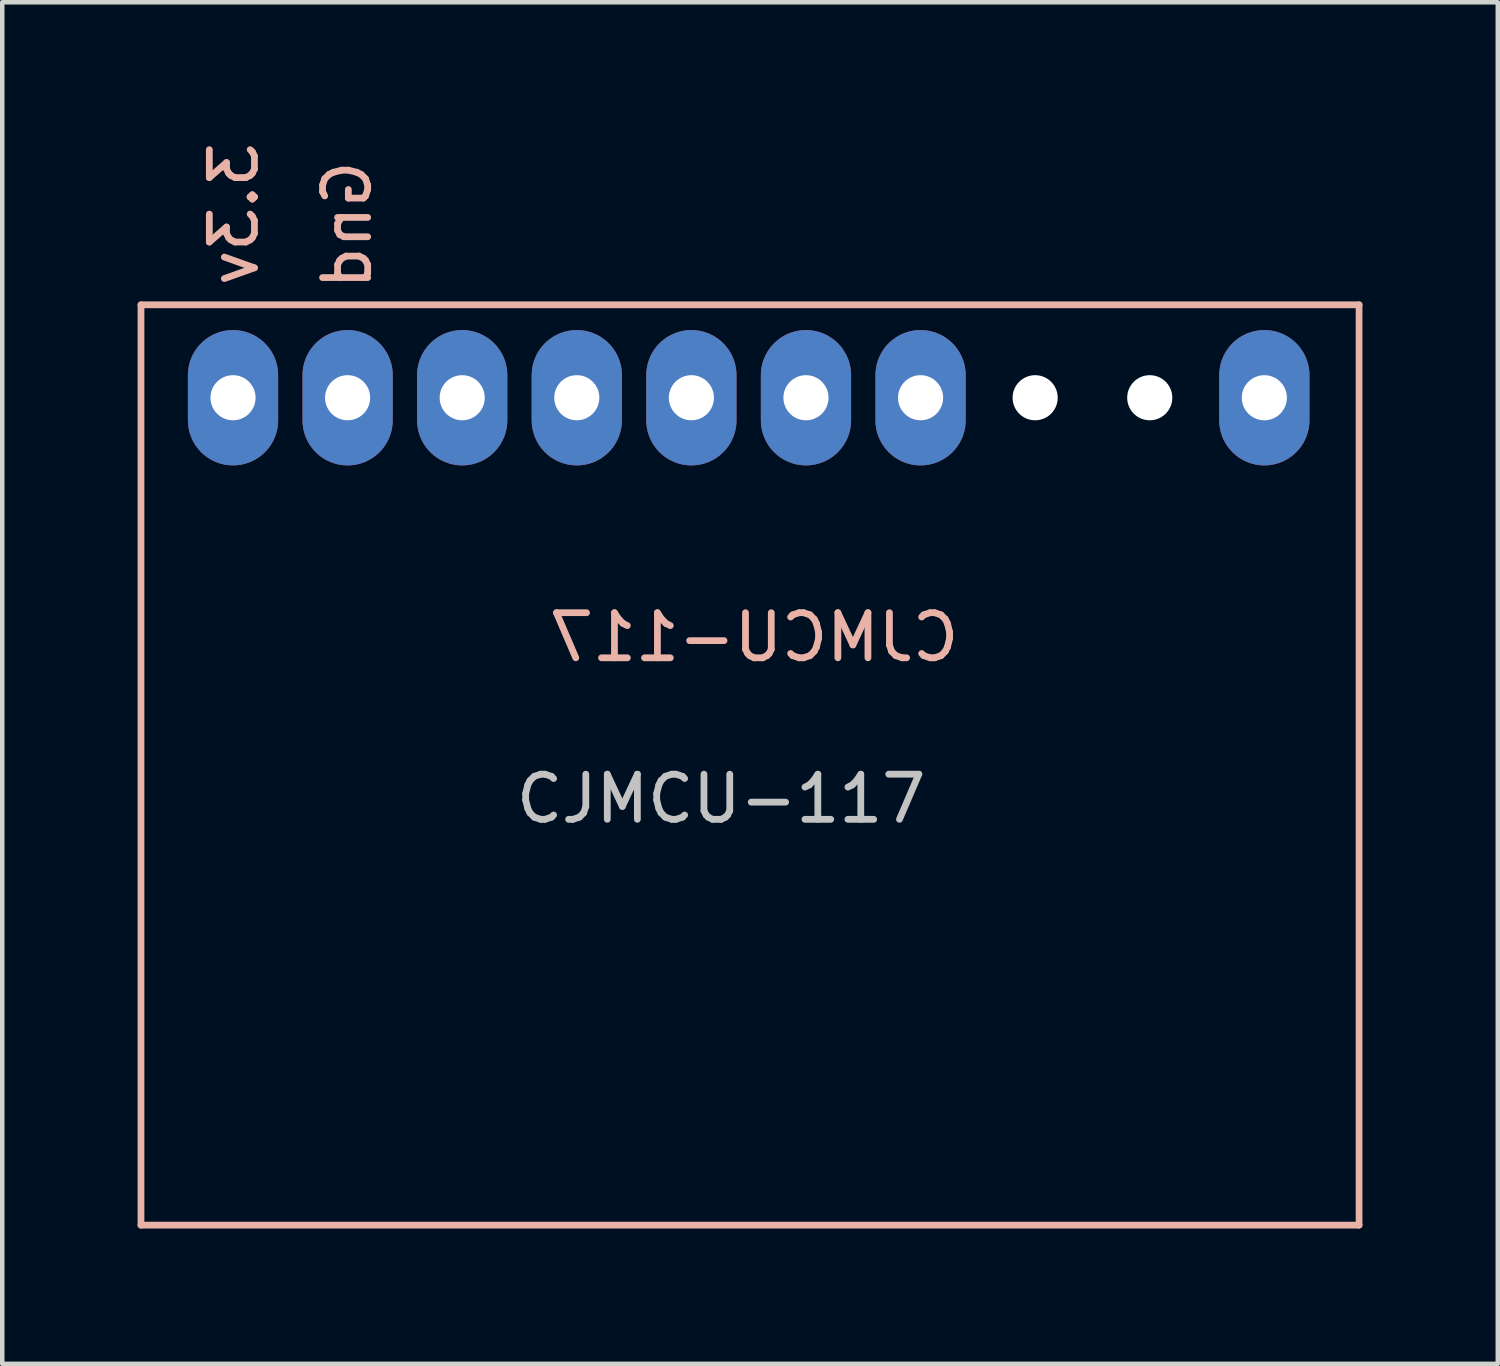
<source format=kicad_pcb>
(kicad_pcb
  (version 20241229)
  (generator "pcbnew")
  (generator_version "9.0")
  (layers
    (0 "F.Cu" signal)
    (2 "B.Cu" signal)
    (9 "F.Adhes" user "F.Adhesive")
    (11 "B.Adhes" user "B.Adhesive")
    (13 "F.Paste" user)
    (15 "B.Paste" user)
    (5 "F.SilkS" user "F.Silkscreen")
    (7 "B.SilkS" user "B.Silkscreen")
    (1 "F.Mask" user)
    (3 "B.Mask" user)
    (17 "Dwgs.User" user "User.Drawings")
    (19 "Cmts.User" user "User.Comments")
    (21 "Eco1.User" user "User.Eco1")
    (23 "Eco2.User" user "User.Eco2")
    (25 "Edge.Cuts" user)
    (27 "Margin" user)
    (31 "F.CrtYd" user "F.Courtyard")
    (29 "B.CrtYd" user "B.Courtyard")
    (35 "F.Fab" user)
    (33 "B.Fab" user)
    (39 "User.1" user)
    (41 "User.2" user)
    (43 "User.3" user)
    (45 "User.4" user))
  (footprint "CJMCU-117"
    (layer "F.Cu")
    (at 12.275 8.306)
    (property "Reference" "CJMCU-117" (at 0.66 6.35 0) (layer "Dwgs.User") (effects (font (size 1 1) (thickness 0.15))))
    (attr through_hole)
    (fp_line (start -12.2 -4.6) (end 14.8 -4.6) (stroke (width 0.15) (type solid)) (layer "B.SilkS"))
    (fp_line (start -12.2 15.8) (end -12.2 -4.6) (stroke (width 0.15) (type solid)) (layer "B.SilkS"))
    (fp_line (start 14.8 -4.6) (end 14.8 15.8) (stroke (width 0.15) (type solid)) (layer "B.SilkS"))
    (fp_line (start 14.8 15.8) (end -12.2 15.8) (stroke (width 0.15) (type solid)) (layer "B.SilkS"))
    (fp_text user "Gnd" (at -7.63 -6.37 270) (layer "B.SilkS") (effects (font (size 1 1) (thickness 0.15)) (justify mirror)))
    (fp_text user "CJMCU-117" (at 1.39 2.77 0) (layer "B.SilkS") (effects (font (size 1 1) (thickness 0.15)) (justify mirror)))
    (fp_text user "3.3v" (at -10.14 -6.61 270) (layer "B.SilkS") (effects (font (size 1 1) (thickness 0.15)) (justify mirror)))
    (pad "" np_thru_hole circle (at 7.62 -2.54) (size 1 1) (drill 1) (layers "*.Cu" "*.Mask"))
    (pad "" np_thru_hole circle (at 10.16 -2.54) (size 1 1) (drill 1) (layers "*.Cu" "*.Mask"))
    (pad "1" thru_hole oval (at -10.16 -2.54) (size 2 3) (drill 1) (layers "*.Cu" "*.Mask"))
    (pad "2" thru_hole oval (at -7.62 -2.54) (size 2 3) (drill 1) (layers "*.Cu" "*.Mask"))
    (pad "3" thru_hole oval (at -5.08 -2.54) (size 2 3) (drill 1) (layers "*.Cu" "*.Mask"))
    (pad "4" thru_hole oval (at -2.54 -2.54) (size 2 3) (drill 1) (layers "*.Cu" "*.Mask"))
    (pad "5" thru_hole oval (at 0 -2.54) (size 2 3) (drill 1) (layers "*.Cu" "*.Mask"))
    (pad "6" thru_hole oval (at 2.54 -2.54) (size 2 3) (drill 1) (layers "*.Cu" "*.Mask"))
    (pad "7" thru_hole oval (at 5.08 -2.54) (size 2 3) (drill 1) (layers "*.Cu" "*.Mask"))
    (pad "10" thru_hole oval (at 12.7 -2.54) (size 2 3) (drill 1) (layers "*.Cu" "*.Mask")))
  (gr_rect
    (start -3 -3)
    (end 30.15 27.181)
    (stroke (width 0.1) (type default))
    (fill no)
    (layer "Edge.Cuts")))
</source>
